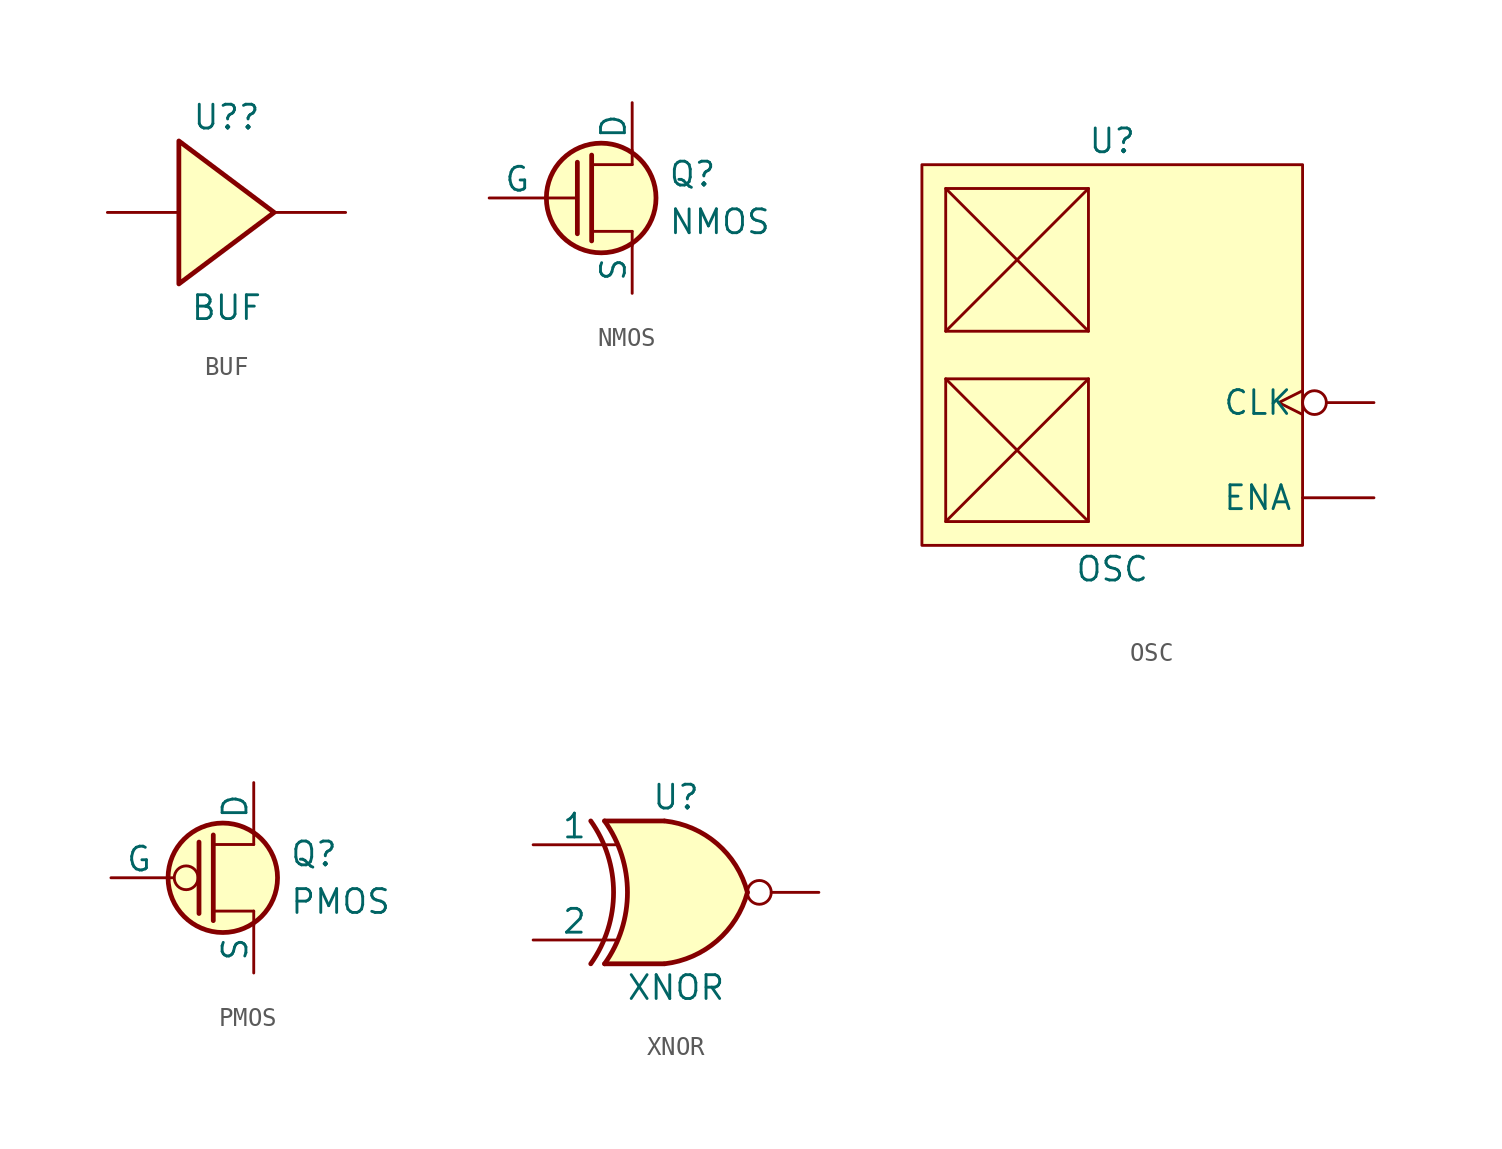
<source format=kicad_sym>
(kicad_symbol_lib
  (version 20220914)
  (generator kicad_symbol_editor)
  (symbol "BUF"
    (pin_numbers hide)
    (pin_names hide)
    (property "Reference" "U?"
      (at 0 5.08 0)
      (effects (font (size 1.27 1.27))))
    (property "Value" "BUF"
      (at 0 -5.08 0)
      (effects (font (size 1.27 1.27))))
    (symbol "BUF_1_0"
      (polyline (pts (xy -2.54 3.81) (xy -2.54 -3.81) (xy 2.54 0) (xy -2.54 3.81)) (stroke (width 0.254) (type default)) (fill (type background)))
      (pin input line (at -6.35 0 0) (length 3.81) (name "~" (effects (font (size 1.27 1.27)))) (number "1" (effects (font (size 1.27 1.27)))))
      (pin output line (at 6.35 0 180) (length 3.81) (name "~" (effects (font (size 1.27 1.27)))) (number "2" (effects (font (size 1.27 1.27)))))))
  (symbol "NMOS"
    (pin_numbers hide)
    (pin_names
      (offset 0))
    (property "Reference" "Q"
      (at 4.445 1.27 0)
      (effects (font (size 1.27 1.27)) (justify left)))
    (property "Value" "NMOS"
      (at 4.445 -1.27 0)
      (effects (font (size 1.27 1.27)) (justify left)))
    (symbol "NMOS_0_1"
      (polyline (pts (xy -2.083 0) (xy -0.381 0)) (stroke (width 0) (type default)) (fill (type none)))
      (polyline (pts (xy -0.381 1.905) (xy -0.381 -1.905)) (stroke (width 0.254) (type default)) (fill (type none)))
      (polyline (pts (xy 0.381 -2.286) (xy 0.381 2.286)) (stroke (width 0.254) (type default)) (fill (type none)))
      (polyline (pts (xy 0.381 -1.778) (xy 2.54 -1.778)) (stroke (width 0) (type default)) (fill (type none)))
      (polyline (pts (xy 0.381 1.778) (xy 2.54 1.778)) (stroke (width 0) (type default)) (fill (type none)))
      (polyline (pts (xy 2.54 -2.54) (xy 2.54 -1.778)) (stroke (width 0) (type default)) (fill (type none)))
      (polyline (pts (xy 2.54 2.54) (xy 2.54 1.778)) (stroke (width 0) (type default)) (fill (type none)))
      (circle (center 0.889 0) (radius 2.921) (stroke (width 0.254) (type default)) (fill (type background))))
    (symbol "NMOS_1_1"
      (pin passive line (at 2.54 5.08 270) (length 2.54) (name "D" (effects (font (size 1.27 1.27)))) (number "1" (effects (font (size 1.27 1.27)))))
      (pin input line (at -5.08 0 0) (length 3) (name "G" (effects (font (size 1.27 1.27)))) (number "2" (effects (font (size 1.27 1.27)))))
      (pin passive line (at 2.54 -5.08 90) (length 2.54) (name "S" (effects (font (size 1.27 1.27)))) (number "3" (effects (font (size 1.27 1.27)))))))
  (symbol "OSC"
    (pin_numbers hide)
    (property "Reference" "U"
      (at 0 11.43 0)
      (effects (font (size 1.27 1.27))))
    (property "Value" "OSC"
      (at 0 -11.43 0)
      (effects (font (size 1.27 1.27))))
    (symbol "OSC_0_1"
      (rectangle (start -10.16 10.16) (end 10.16 -10.16) (stroke (width 0) (type default)) (fill (type background)))
      (rectangle (start -8.89 -1.27) (end -1.27 -8.89) (stroke (width 0) (type default)) (fill (type none)))
      (rectangle (start -8.89 8.89) (end -1.27 1.27) (stroke (width 0) (type default)) (fill (type none)))
      (polyline (pts (xy -8.89 -8.89) (xy -1.27 -1.27)) (stroke (width 0) (type default)) (fill (type none)))
      (polyline (pts (xy -8.89 8.89) (xy -1.27 1.27)) (stroke (width 0) (type default)) (fill (type none)))
      (polyline (pts (xy -1.27 -8.89) (xy -8.89 -1.27)) (stroke (width 0) (type default)) (fill (type none)))
      (polyline (pts (xy -1.27 8.89) (xy -8.89 1.27)) (stroke (width 0) (type default)) (fill (type none))))
    (symbol "OSC_1_1"
      (pin output inverted_clock (at 13.97 -2.54 180) (length 3.81) (name "CLK" (effects (font (size 1.27 1.27)))) (number "1" (effects (font (size 1.27 1.27)))))
      (pin input line (at 13.97 -7.62 180) (length 3.81) (name "ENA" (effects (font (size 1.27 1.27)))) (number "2" (effects (font (size 1.27 1.27)))))))
  (symbol "PMOS"
    (pin_numbers hide)
    (pin_names
      (offset 0))
    (property "Reference" "Q"
      (at 4.445 1.27 0)
      (effects (font (size 1.27 1.27)) (justify left)))
    (property "Value" "PMOS"
      (at 4.445 -1.27 0)
      (effects (font (size 1.27 1.27)) (justify left)))
    (symbol "PMOS_0_1"
      (circle (center -1.067 0) (radius 0.635) (stroke (width 0) (type default)) (fill (type none)))
      (polyline (pts (xy -2.083 0) (xy -1.727 0)) (stroke (width 0) (type default)) (fill (type none)))
      (polyline (pts (xy -0.381 1.905) (xy -0.381 -1.905)) (stroke (width 0.254) (type default)) (fill (type none)))
      (polyline (pts (xy 0.381 -2.286) (xy 0.381 2.286)) (stroke (width 0.254) (type default)) (fill (type none)))
      (polyline (pts (xy 0.381 -1.778) (xy 2.54 -1.778)) (stroke (width 0) (type default)) (fill (type none)))
      (polyline (pts (xy 0.381 1.778) (xy 2.54 1.778)) (stroke (width 0) (type default)) (fill (type none)))
      (polyline (pts (xy 2.54 -2.54) (xy 2.54 -1.778)) (stroke (width 0) (type default)) (fill (type none)))
      (polyline (pts (xy 2.54 2.54) (xy 2.54 1.778)) (stroke (width 0) (type default)) (fill (type none)))
      (circle (center 0.889 0) (radius 2.921) (stroke (width 0.254) (type default)) (fill (type background))))
    (symbol "PMOS_1_1"
      (pin passive line (at 2.54 5.08 270) (length 2.54) (name "D" (effects (font (size 1.27 1.27)))) (number "1" (effects (font (size 1.27 1.27)))))
      (pin input line (at -5.08 0 0) (length 3) (name "G" (effects (font (size 1.27 1.27)))) (number "2" (effects (font (size 1.27 1.27)))))
      (pin passive line (at 2.54 -5.08 90) (length 2.54) (name "S" (effects (font (size 1.27 1.27)))) (number "3" (effects (font (size 1.27 1.27)))))))
  (symbol "XNOR"
    (pin_numbers hide)
    (pin_names
      (offset 0))
    (property "Reference" "U"
      (at 0 5.08 0)
      (effects (font (size 1.27 1.27))))
    (property "Value" "XNOR"
      (at 0 -5.08 0)
      (effects (font (size 1.27 1.27))))
    (symbol "XNOR_1_0"
      (arc (start -4.5468 -3.81) (mid -3.3305 0) (end -4.5468 3.81) (stroke (width 0.254) (type default)) (fill (type none))))
    (symbol "XNOR_1_1"
      (arc (start -3.8102 -3.81) (mid -2.5892 0) (end -3.8102 3.81) (stroke (width 0.254) (type default)) (fill (type none)))
      (arc (start -0.6098 -3.81) (mid 2.1853 -2.584) (end 3.8098 0) (stroke (width 0.254) (type default)) (fill (type background)))
      (polyline (pts (xy -3.81 -3.81) (xy -0.635 -3.81)) (stroke (width 0.254) (type default)) (fill (type background)))
      (polyline (pts (xy -3.81 3.81) (xy -0.635 3.81)) (stroke (width 0.254) (type default)) (fill (type background)))
      (polyline (pts (xy -0.635 3.81) (xy -3.81 3.81) (xy -3.81 3.81) (xy -3.556 3.404) (xy -3.023 2.261) (xy -2.693 1.041) (xy -2.616 -0.254) (xy -2.769 -1.499) (xy -3.175 -2.718) (xy -3.81 -3.81) (xy -3.81 -3.81) (xy -0.635 -3.81)) (stroke (width -25.4) (type default)) (fill (type background)))
      (arc (start 3.8098 0) (mid 2.1926 2.5925) (end -0.6098 3.81) (stroke (width 0.254) (type default)) (fill (type background)))
      (pin output inverted (at 7.62 0 180) (length 3.81) (name "~" (effects (font (size 1.27 1.27)))) (number "1" (effects (font (size 0 0)))))
      (pin input line (at -7.62 2.54 0) (length 4.4) (name "1" (effects (font (size 1.27 1.27)))) (number "2" (effects (font (size 1.27 1.27)))))
      (pin input line (at -7.62 -2.54 0) (length 4.4) (name "2" (effects (font (size 1.27 1.27)))) (number "3" (effects (font (size 1.27 1.27))))))))
</source>
